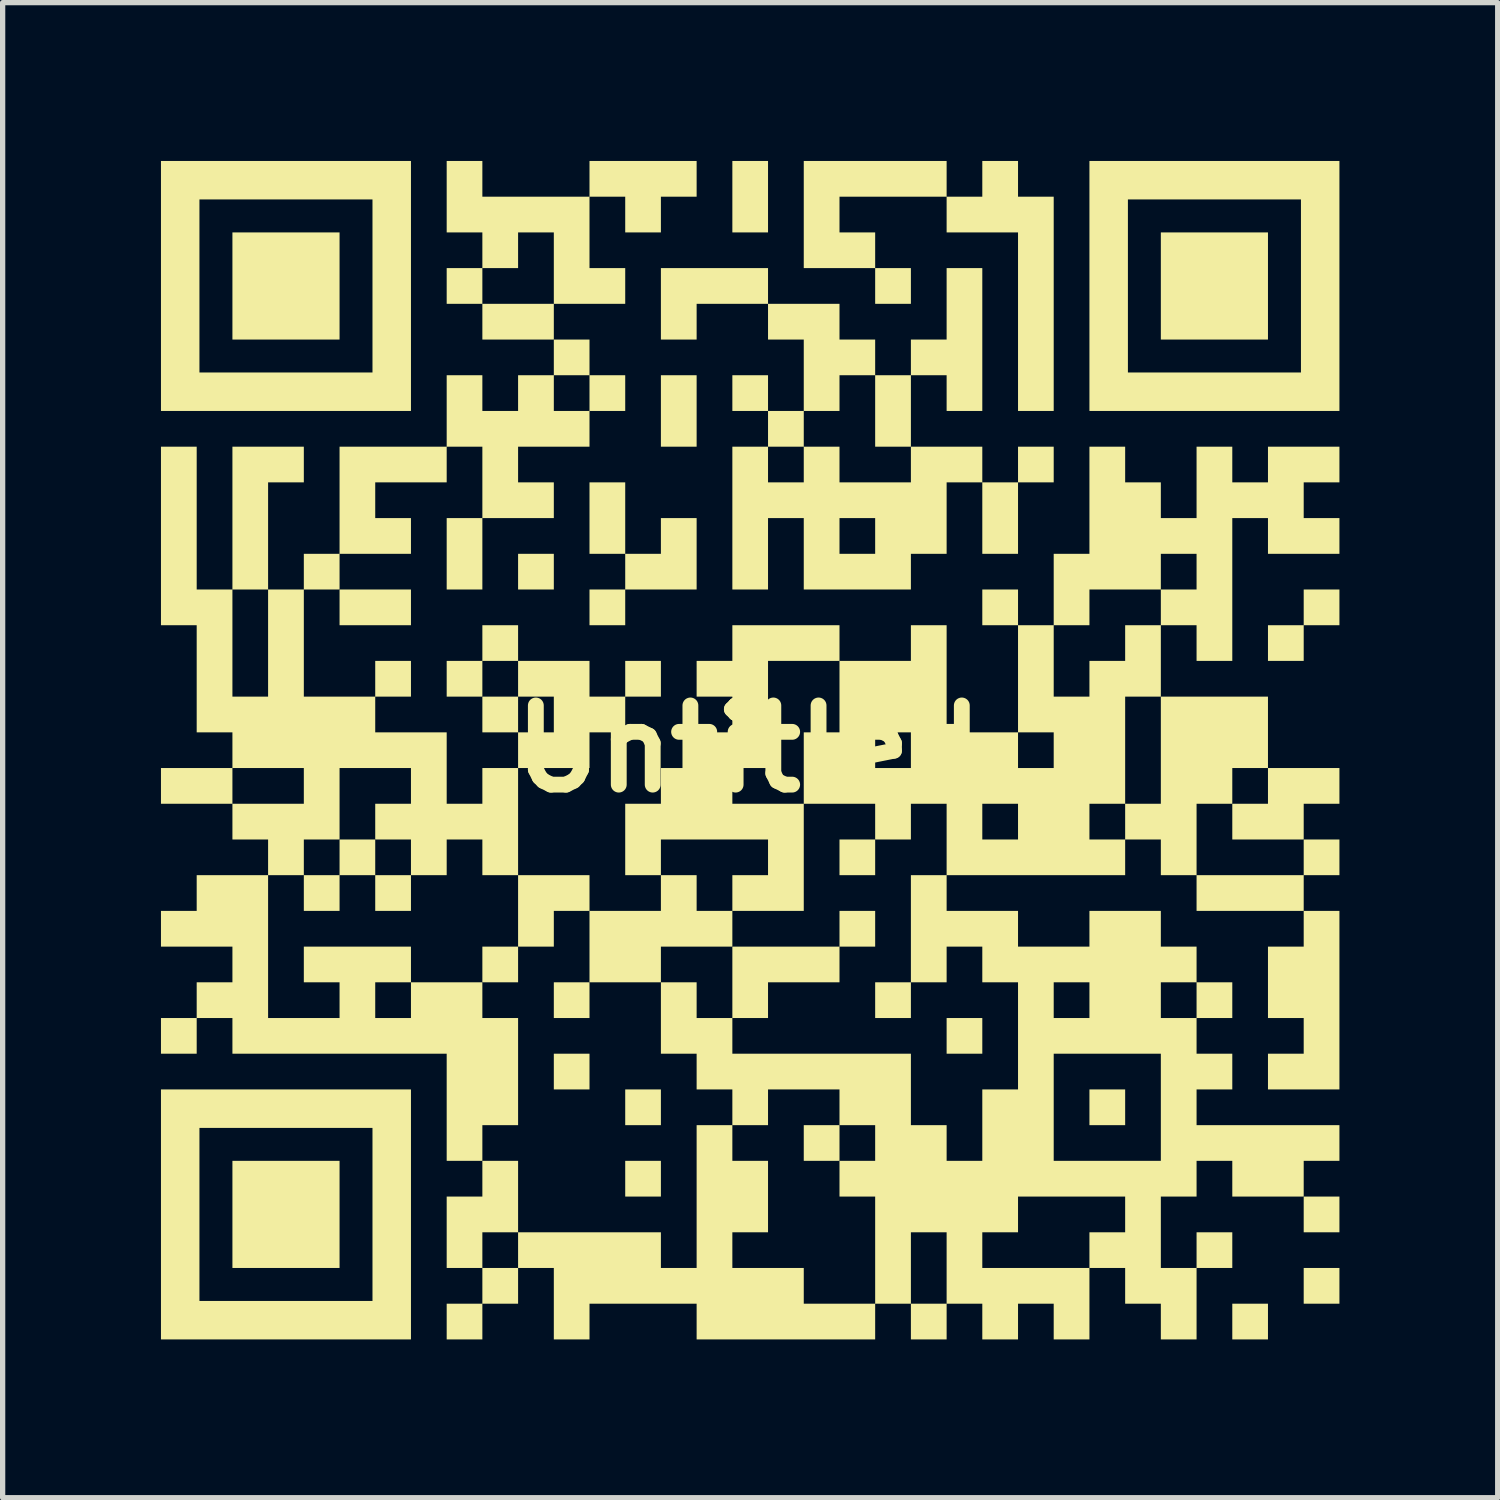
<source format=kicad_pcb>
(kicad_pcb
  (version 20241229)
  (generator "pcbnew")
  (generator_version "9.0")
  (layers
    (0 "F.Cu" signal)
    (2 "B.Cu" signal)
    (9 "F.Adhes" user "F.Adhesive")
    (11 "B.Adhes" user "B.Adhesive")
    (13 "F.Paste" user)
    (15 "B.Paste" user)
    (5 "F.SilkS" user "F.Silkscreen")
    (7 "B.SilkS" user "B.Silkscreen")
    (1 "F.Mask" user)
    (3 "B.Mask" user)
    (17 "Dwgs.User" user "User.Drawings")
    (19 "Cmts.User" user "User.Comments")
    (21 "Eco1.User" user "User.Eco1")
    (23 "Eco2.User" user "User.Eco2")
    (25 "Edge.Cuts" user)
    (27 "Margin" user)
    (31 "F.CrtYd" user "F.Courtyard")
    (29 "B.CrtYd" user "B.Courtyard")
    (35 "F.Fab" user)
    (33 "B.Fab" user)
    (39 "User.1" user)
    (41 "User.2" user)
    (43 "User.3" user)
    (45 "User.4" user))
  (footprint "Untitled"
    (layer "F.Cu")
    (at 11.139 11.139)
    (property "Reference" "Untitled" (at 0 0 0) (layer "F.SilkS") (effects (font (size 1.5 1.5) (thickness 0.3))))
    (attr board_only exclude_from_pos_files exclude_from_bom)
    (fp_poly (pts (xy -7.755 -8.77) (xy -7.755 -7.755) (xy -8.77 -7.755) (xy -9.785 -7.755) (xy -9.785 -8.77) (xy -9.785 -9.785) (xy -8.77 -9.785) (xy -7.755 -9.785)) (stroke (width 0) (type solid)) (fill yes) (layer "F.SilkS"))
    (fp_poly (pts (xy -7.755 8.822) (xy -7.755 9.837) (xy -8.77 9.837) (xy -9.785 9.837) (xy -9.785 8.822) (xy -9.785 7.807) (xy -8.77 7.807) (xy -7.755 7.807)) (stroke (width 0) (type solid)) (fill yes) (layer "F.SilkS"))
    (fp_poly (pts (xy -6.402 -2.681) (xy -6.402 -2.342) (xy -7.079 -2.342) (xy -7.755 -2.342) (xy -7.755 -2.681) (xy -7.755 -3.019) (xy -7.079 -3.019) (xy -6.402 -3.019)) (stroke (width 0) (type solid)) (fill yes) (layer "F.SilkS"))
    (fp_poly (pts (xy -6.402 2.733) (xy -6.402 3.071) (xy -6.74 3.071) (xy -7.079 3.071) (xy -7.079 2.733) (xy -7.079 2.394) (xy -6.74 2.394) (xy -6.402 2.394)) (stroke (width 0) (type solid)) (fill yes) (layer "F.SilkS"))
    (fp_poly (pts (xy -4.372 4.086) (xy -4.372 4.424) (xy -4.71 4.424) (xy -5.049 4.424) (xy -5.049 4.086) (xy -5.049 3.748) (xy -4.71 3.748) (xy -4.372 3.748)) (stroke (width 0) (type solid)) (fill yes) (layer "F.SilkS"))
    (fp_poly (pts (xy -3.695 -3.357) (xy -3.695 -3.019) (xy -4.034 -3.019) (xy -4.372 -3.019) (xy -4.372 -3.357) (xy -4.372 -3.695) (xy -4.034 -3.695) (xy -3.695 -3.695)) (stroke (width 0) (type solid)) (fill yes) (layer "F.SilkS"))
    (fp_poly (pts (xy -3.019 4.763) (xy -3.019 5.101) (xy -3.357 5.101) (xy -3.695 5.101) (xy -3.695 4.763) (xy -3.695 4.424) (xy -3.357 4.424) (xy -3.019 4.424)) (stroke (width 0) (type solid)) (fill yes) (layer "F.SilkS"))
    (fp_poly (pts (xy -3.019 6.116) (xy -3.019 6.454) (xy -3.357 6.454) (xy -3.695 6.454) (xy -3.695 6.116) (xy -3.695 5.777) (xy -3.357 5.777) (xy -3.019 5.777)) (stroke (width 0) (type solid)) (fill yes) (layer "F.SilkS"))
    (fp_poly (pts (xy -1.666 6.792) (xy -1.666 7.131) (xy -2.004 7.131) (xy -2.342 7.131) (xy -2.342 6.792) (xy -2.342 6.454) (xy -2.004 6.454) (xy -1.666 6.454)) (stroke (width 0) (type solid)) (fill yes) (layer "F.SilkS"))
    (fp_poly (pts (xy -1.666 8.146) (xy -1.666 8.484) (xy -2.004 8.484) (xy -2.342 8.484) (xy -2.342 8.146) (xy -2.342 7.807) (xy -2.004 7.807) (xy -1.666 7.807)) (stroke (width 0) (type solid)) (fill yes) (layer "F.SilkS"))
    (fp_poly (pts (xy -0.989 -6.402) (xy -0.989 -5.725) (xy -1.327 -5.725) (xy -1.666 -5.725) (xy -1.666 -6.402) (xy -1.666 -7.079) (xy -1.327 -7.079) (xy -0.989 -7.079)) (stroke (width 0) (type solid)) (fill yes) (layer "F.SilkS"))
    (fp_poly (pts (xy 0.364 -10.462) (xy 0.364 -9.785) (xy 0.026 -9.785) (xy -0.312 -9.785) (xy -0.312 -10.462) (xy -0.312 -11.139) (xy 0.026 -11.139) (xy 0.364 -11.139)) (stroke (width 0) (type solid)) (fill yes) (layer "F.SilkS"))
    (fp_poly (pts (xy 1.718 7.469) (xy 1.718 7.807) (xy 1.379 7.807) (xy 1.041 7.807) (xy 1.041 7.469) (xy 1.041 7.131) (xy 1.379 7.131) (xy 1.718 7.131)) (stroke (width 0) (type solid)) (fill yes) (layer "F.SilkS"))
    (fp_poly (pts (xy 2.394 2.056) (xy 2.394 2.394) (xy 2.056 2.394) (xy 1.718 2.394) (xy 1.718 2.056) (xy 1.718 1.718) (xy 2.056 1.718) (xy 2.394 1.718)) (stroke (width 0) (type solid)) (fill yes) (layer "F.SilkS"))
    (fp_poly (pts (xy 3.071 -8.77) (xy 3.071 -8.432) (xy 2.733 -8.432) (xy 2.394 -8.432) (xy 2.394 -8.77) (xy 2.394 -9.109) (xy 2.733 -9.109) (xy 3.071 -9.109)) (stroke (width 0) (type solid)) (fill yes) (layer "F.SilkS"))
    (fp_poly (pts (xy 3.071 4.763) (xy 3.071 5.101) (xy 2.733 5.101) (xy 2.394 5.101) (xy 2.394 4.763) (xy 2.394 4.424) (xy 2.733 4.424) (xy 3.071 4.424)) (stroke (width 0) (type solid)) (fill yes) (layer "F.SilkS"))
    (fp_poly (pts (xy 4.424 5.439) (xy 4.424 5.777) (xy 4.086 5.777) (xy 3.748 5.777) (xy 3.748 5.439) (xy 3.748 5.101) (xy 4.086 5.101) (xy 4.424 5.101)) (stroke (width 0) (type solid)) (fill yes) (layer "F.SilkS"))
    (fp_poly (pts (xy 7.131 6.792) (xy 7.131 7.131) (xy 6.792 7.131) (xy 6.454 7.131) (xy 6.454 6.792) (xy 6.454 6.454) (xy 6.792 6.454) (xy 7.131 6.454)) (stroke (width 0) (type solid)) (fill yes) (layer "F.SilkS"))
    (fp_poly (pts (xy 9.837 -8.77) (xy 9.837 -7.755) (xy 8.822 -7.755) (xy 7.807 -7.755) (xy 7.807 -8.77) (xy 7.807 -9.785) (xy 8.822 -9.785) (xy 9.837 -9.785)) (stroke (width 0) (type solid)) (fill yes) (layer "F.SilkS"))
    (fp_poly (pts (xy 9.837 10.852) (xy 9.837 11.191) (xy 9.499 11.191) (xy 9.161 11.191) (xy 9.161 10.852) (xy 9.161 10.514) (xy 9.499 10.514) (xy 9.837 10.514)) (stroke (width 0) (type solid)) (fill yes) (layer "F.SilkS"))
    (fp_poly (pts (xy 11.191 8.822) (xy 11.191 9.161) (xy 10.852 9.161) (xy 10.514 9.161) (xy 10.514 8.822) (xy 10.514 8.484) (xy 10.852 8.484) (xy 11.191 8.484)) (stroke (width 0) (type solid)) (fill yes) (layer "F.SilkS"))
    (fp_poly (pts (xy 11.191 10.176) (xy 11.191 10.514) (xy 10.852 10.514) (xy 10.514 10.514) (xy 10.514 10.176) (xy 10.514 9.837) (xy 10.852 9.837) (xy 11.191 9.837)) (stroke (width 0) (type solid)) (fill yes) (layer "F.SilkS"))
    (fp_poly (pts (xy 0.364 -8.77) (xy 0.364 -8.432) (xy -0.312 -8.432) (xy -0.989 -8.432) (xy -0.989 -8.094) (xy -0.989 -7.755) (xy -1.327 -7.755) (xy -1.666 -7.755) (xy -1.666 -8.432) (xy -1.666 -9.109) (xy -0.651 -9.109) (xy 0.364 -9.109)) (stroke (width 0) (type solid)) (fill yes) (layer "F.SilkS"))
    (fp_poly (pts (xy -7.079 2.056) (xy -7.079 2.394) (xy -7.417 2.394) (xy -7.755 2.394) (xy -7.755 2.733) (xy -7.755 3.071) (xy -8.094 3.071) (xy -8.432 3.071) (xy -8.432 2.733) (xy -8.432 2.394) (xy -8.094 2.394) (xy -7.755 2.394) (xy -7.755 2.056) (xy -7.755 1.718) (xy -7.417 1.718) (xy -7.079 1.718)) (stroke (width 0) (type solid)) (fill yes) (layer "F.SilkS"))
    (fp_poly (pts (xy 11.191 -2.681) (xy 11.191 -2.342) (xy 10.852 -2.342) (xy 10.514 -2.342) (xy 10.514 -2.004) (xy 10.514 -1.666) (xy 10.176 -1.666) (xy 9.837 -1.666) (xy 9.837 -2.004) (xy 9.837 -2.342) (xy 10.176 -2.342) (xy 10.514 -2.342) (xy 10.514 -2.681) (xy 10.514 -3.019) (xy 10.852 -3.019) (xy 11.191 -3.019)) (stroke (width 0) (type solid)) (fill yes) (layer "F.SilkS"))
    (fp_poly (pts (xy 11.191 0.703) (xy 11.191 1.041) (xy 10.852 1.041) (xy 10.514 1.041) (xy 10.514 1.379) (xy 10.514 1.718) (xy 9.837 1.718) (xy 9.161 1.718) (xy 9.161 1.379) (xy 9.161 1.041) (xy 9.499 1.041) (xy 9.837 1.041) (xy 9.837 0.703) (xy 9.837 0.364) (xy 10.514 0.364) (xy 11.191 0.364)) (stroke (width 0) (type solid)) (fill yes) (layer "F.SilkS"))
    (fp_poly (pts (xy -6.402 -8.77) (xy -6.402 -6.402) (xy -8.77 -6.402) (xy -11.139 -6.402) (xy -11.139 -8.77) (xy -11.139 -10.41) (xy -10.41 -10.41) (xy -10.41 -8.77) (xy -10.41 -7.131) (xy -8.77 -7.131) (xy -7.131 -7.131) (xy -7.131 -8.77) (xy -7.131 -10.41) (xy -8.77 -10.41) (xy -10.41 -10.41) (xy -11.139 -10.41) (xy -11.139 -11.139) (xy -8.77 -11.139) (xy -6.402 -11.139)) (stroke (width 0) (type solid)) (fill yes) (layer "F.SilkS"))
    (fp_poly (pts (xy -6.402 8.822) (xy -6.402 11.191) (xy -8.77 11.191) (xy -11.139 11.191) (xy -11.139 8.822) (xy -11.139 7.183) (xy -10.41 7.183) (xy -10.41 8.822) (xy -10.41 10.462) (xy -8.77 10.462) (xy -7.131 10.462) (xy -7.131 8.822) (xy -7.131 7.183) (xy -8.77 7.183) (xy -10.41 7.183) (xy -11.139 7.183) (xy -11.139 6.454) (xy -8.77 6.454) (xy -6.402 6.454)) (stroke (width 0) (type solid)) (fill yes) (layer "F.SilkS"))
    (fp_poly (pts (xy 11.191 -8.77) (xy 11.191 -6.402) (xy 8.822 -6.402) (xy 6.454 -6.402) (xy 6.454 -8.77) (xy 6.454 -10.41) (xy 7.183 -10.41) (xy 7.183 -8.77) (xy 7.183 -7.131) (xy 8.822 -7.131) (xy 10.462 -7.131) (xy 10.462 -8.77) (xy 10.462 -10.41) (xy 8.822 -10.41) (xy 7.183 -10.41) (xy 6.454 -10.41) (xy 6.454 -11.139) (xy 8.822 -11.139) (xy 11.191 -11.139)) (stroke (width 0) (type solid)) (fill yes) (layer "F.SilkS"))
    (fp_poly (pts (xy 2.394 3.409) (xy 2.394 3.748) (xy 2.056 3.748) (xy 1.718 3.748) (xy 1.718 4.086) (xy 1.718 4.424) (xy 1.041 4.424) (xy 0.364 4.424) (xy 0.364 4.763) (xy 0.364 5.101) (xy 0.026 5.101) (xy -0.312 5.101) (xy -0.312 4.424) (xy -0.312 3.748) (xy 0.703 3.748) (xy 1.718 3.748) (xy 1.718 3.409) (xy 1.718 3.071) (xy 2.056 3.071) (xy 2.394 3.071)) (stroke (width 0) (type solid)) (fill yes) (layer "F.SilkS"))
    (fp_poly (pts (xy 11.191 4.763) (xy 11.191 6.454) (xy 10.514 6.454) (xy 9.837 6.454) (xy 9.837 6.116) (xy 9.837 5.777) (xy 10.176 5.777) (xy 10.514 5.777) (xy 10.514 5.439) (xy 10.514 5.101) (xy 10.176 5.101) (xy 9.837 5.101) (xy 9.837 4.424) (xy 9.837 3.748) (xy 10.176 3.748) (xy 10.514 3.748) (xy 10.514 3.409) (xy 10.514 3.071) (xy 10.852 3.071) (xy 11.191 3.071)) (stroke (width 0) (type solid)) (fill yes) (layer "F.SilkS"))
    (fp_poly (pts (xy -2.342 -4.372) (xy -2.342 -3.695) (xy -2.004 -3.695) (xy -1.666 -3.695) (xy -1.666 -4.034) (xy -1.666 -4.372) (xy -1.327 -4.372) (xy -0.989 -4.372) (xy -0.989 -3.695) (xy -0.989 -3.019) (xy -1.666 -3.019) (xy -2.342 -3.019) (xy -2.342 -2.681) (xy -2.342 -2.342) (xy -2.681 -2.342) (xy -3.019 -2.342) (xy -3.019 -2.681) (xy -3.019 -3.019) (xy -2.681 -3.019) (xy -2.342 -3.019) (xy -2.342 -3.357) (xy -2.342 -3.695) (xy -2.681 -3.695) (xy -3.019 -3.695) (xy -3.019 -4.372) (xy -3.019 -5.049) (xy -2.681 -5.049) (xy -2.342 -5.049)) (stroke (width 0) (type solid)) (fill yes) (layer "F.SilkS"))
    (fp_poly (pts (xy -3.019 2.733) (xy -3.019 3.071) (xy -2.342 3.071) (xy -1.666 3.071) (xy -1.666 2.733) (xy -1.666 2.394) (xy -1.327 2.394) (xy -0.989 2.394) (xy -0.989 2.733) (xy -0.989 3.071) (xy -0.651 3.071) (xy -0.312 3.071) (xy -0.312 3.409) (xy -0.312 3.748) (xy -0.989 3.748) (xy -1.666 3.748) (xy -1.666 4.086) (xy -1.666 4.424) (xy -2.342 4.424) (xy -3.019 4.424) (xy -3.019 3.748) (xy -3.019 3.071) (xy -3.357 3.071) (xy -3.695 3.071) (xy -3.695 3.409) (xy -3.695 3.748) (xy -4.034 3.748) (xy -4.372 3.748) (xy -4.372 3.071) (xy -4.372 2.394) (xy -3.695 2.394) (xy -3.019 2.394)) (stroke (width 0) (type solid)) (fill yes) (layer "F.SilkS"))
    (fp_poly (pts (xy 3.748 -10.8) (xy 3.748 -10.462) (xy 4.086 -10.462) (xy 4.424 -10.462) (xy 4.424 -10.8) (xy 4.424 -11.139) (xy 4.763 -11.139) (xy 5.101 -11.139) (xy 5.101 -10.8) (xy 5.101 -10.462) (xy 5.439 -10.462) (xy 5.777 -10.462) (xy 5.777 -8.432) (xy 5.777 -6.402) (xy 5.439 -6.402) (xy 5.101 -6.402) (xy 5.101 -8.094) (xy 5.101 -9.785) (xy 4.424 -9.785) (xy 3.748 -9.785) (xy 3.748 -10.124) (xy 3.748 -10.462) (xy 2.733 -10.462) (xy 1.718 -10.462) (xy 1.718 -10.124) (xy 1.718 -9.785) (xy 2.056 -9.785) (xy 2.394 -9.785) (xy 2.394 -9.447) (xy 2.394 -9.109) (xy 1.718 -9.109) (xy 1.041 -9.109) (xy 1.041 -10.124) (xy 1.041 -11.139) (xy 2.394 -11.139) (xy 3.748 -11.139)) (stroke (width 0) (type solid)) (fill yes) (layer "F.SilkS"))
    (fp_poly (pts (xy -5.049 -10.8) (xy -5.049 -10.462) (xy -4.034 -10.462) (xy -3.019 -10.462) (xy -3.019 -10.8) (xy -3.019 -11.139) (xy -2.004 -11.139) (xy -0.989 -11.139) (xy -0.989 -10.8) (xy -0.989 -10.462) (xy -1.327 -10.462) (xy -1.666 -10.462) (xy -1.666 -10.124) (xy -1.666 -9.785) (xy -2.004 -9.785) (xy -2.342 -9.785) (xy -2.342 -10.124) (xy -2.342 -10.462) (xy -2.681 -10.462) (xy -3.019 -10.462) (xy -3.019 -9.785) (xy -3.019 -9.109) (xy -2.681 -9.109) (xy -2.342 -9.109) (xy -2.342 -8.77) (xy -2.342 -8.432) (xy -3.019 -8.432) (xy -3.695 -8.432) (xy -3.695 -8.094) (xy -3.695 -7.755) (xy -4.372 -7.755) (xy -5.049 -7.755) (xy -5.049 -8.094) (xy -5.049 -8.432) (xy -4.372 -8.432) (xy -3.695 -8.432) (xy -3.695 -9.109) (xy -3.695 -9.785) (xy -4.034 -9.785) (xy -4.372 -9.785) (xy -4.372 -9.447) (xy -4.372 -9.109) (xy -4.71 -9.109) (xy -5.049 -9.109) (xy -5.049 -8.77) (xy -5.049 -8.432) (xy -5.387 -8.432) (xy -5.725 -8.432) (xy -5.725 -8.77) (xy -5.725 -9.109) (xy -5.387 -9.109) (xy -5.049 -9.109) (xy -5.049 -9.447) (xy -5.049 -9.785) (xy -5.387 -9.785) (xy -5.725 -9.785) (xy -5.725 -10.462) (xy -5.725 -11.139) (xy -5.387 -11.139) (xy -5.049 -11.139)) (stroke (width 0) (type solid)) (fill yes) (layer "F.SilkS"))
    (fp_poly (pts (xy 4.424 -7.755) (xy 4.424 -6.402) (xy 4.086 -6.402) (xy 3.748 -6.402) (xy 3.748 -6.74) (xy 3.748 -7.079) (xy 3.409 -7.079) (xy 3.071 -7.079) (xy 3.071 -6.402) (xy 3.071 -5.725) (xy 2.733 -5.725) (xy 2.394 -5.725) (xy 2.394 -6.402) (xy 2.394 -7.079) (xy 2.056 -7.079) (xy 1.718 -7.079) (xy 1.718 -6.74) (xy 1.718 -6.402) (xy 1.379 -6.402) (xy 1.041 -6.402) (xy 1.041 -6.064) (xy 1.041 -5.725) (xy 0.703 -5.725) (xy 0.364 -5.725) (xy 0.364 -5.387) (xy 0.364 -5.049) (xy 0.703 -5.049) (xy 1.041 -5.049) (xy 1.041 -5.387) (xy 1.041 -5.725) (xy 1.379 -5.725) (xy 1.718 -5.725) (xy 1.718 -5.387) (xy 1.718 -5.049) (xy 2.394 -5.049) (xy 3.071 -5.049) (xy 3.071 -5.387) (xy 3.071 -5.725) (xy 3.748 -5.725) (xy 4.424 -5.725) (xy 4.424 -5.387) (xy 4.424 -5.049) (xy 4.763 -5.049) (xy 5.101 -5.049) (xy 5.101 -5.387) (xy 5.101 -5.725) (xy 5.439 -5.725) (xy 5.777 -5.725) (xy 5.777 -5.387) (xy 5.777 -5.049) (xy 5.439 -5.049) (xy 5.101 -5.049) (xy 5.101 -4.372) (xy 5.101 -3.695) (xy 4.763 -3.695) (xy 4.424 -3.695) (xy 4.424 -4.372) (xy 4.424 -5.049) (xy 4.086 -5.049) (xy 3.748 -5.049) (xy 3.748 -4.372) (xy 3.748 -3.695) (xy 3.409 -3.695) (xy 3.071 -3.695) (xy 3.071 -3.357) (xy 3.071 -3.019) (xy 2.056 -3.019) (xy 1.041 -3.019) (xy 1.041 -3.695) (xy 1.041 -4.372) (xy 1.718 -4.372) (xy 1.718 -4.034) (xy 1.718 -3.695) (xy 2.056 -3.695) (xy 2.394 -3.695) (xy 2.394 -4.034) (xy 2.394 -4.372) (xy 2.056 -4.372) (xy 1.718 -4.372) (xy 1.041 -4.372) (xy 0.703 -4.372) (xy 0.364 -4.372) (xy 0.364 -3.695) (xy 0.364 -3.019) (xy 0.026 -3.019) (xy -0.312 -3.019) (xy -0.312 -4.372) (xy -0.312 -5.725) (xy 0.026 -5.725) (xy 0.364 -5.725) (xy 0.364 -6.064) (xy 0.364 -6.402) (xy 0.026 -6.402) (xy -0.312 -6.402) (xy -0.312 -6.74) (xy -0.312 -7.079) (xy 0.026 -7.079) (xy 0.364 -7.079) (xy 0.364 -6.74) (xy 0.364 -6.402) (xy 0.703 -6.402) (xy 1.041 -6.402) (xy 1.041 -7.079) (xy 1.041 -7.755) (xy 0.703 -7.755) (xy 0.364 -7.755) (xy 0.364 -8.094) (xy 0.364 -8.432) (xy 1.041 -8.432) (xy 1.718 -8.432) (xy 1.718 -8.094) (xy 1.718 -7.755) (xy 2.056 -7.755) (xy 2.394 -7.755) (xy 2.394 -7.417) (xy 2.394 -7.079) (xy 2.733 -7.079) (xy 3.071 -7.079) (xy 3.071 -7.417) (xy 3.071 -7.755) (xy 3.409 -7.755) (xy 3.748 -7.755) (xy 3.748 -8.432) (xy 3.748 -9.109) (xy 4.086 -9.109) (xy 4.424 -9.109)) (stroke (width 0) (type solid)) (fill yes) (layer "F.SilkS"))
    (fp_poly (pts (xy -3.019 -7.417) (xy -3.019 -7.079) (xy -3.357 -7.079) (xy -3.695 -7.079) (xy -3.695 -6.74) (xy -3.695 -6.402) (xy -3.357 -6.402) (xy -3.019 -6.402) (xy -3.019 -6.74) (xy -3.019 -7.079) (xy -2.681 -7.079) (xy -2.342 -7.079) (xy -2.342 -6.74) (xy -2.342 -6.402) (xy -2.681 -6.402) (xy -3.019 -6.402) (xy -3.019 -6.064) (xy -3.019 -5.725) (xy -3.695 -5.725) (xy -4.372 -5.725) (xy -4.372 -5.387) (xy -4.372 -5.049) (xy -4.034 -5.049) (xy -3.695 -5.049) (xy -3.695 -4.71) (xy -3.695 -4.372) (xy -4.372 -4.372) (xy -5.049 -4.372) (xy -5.049 -3.695) (xy -5.049 -3.019) (xy -5.387 -3.019) (xy -5.725 -3.019) (xy -5.725 -3.695) (xy -5.725 -4.372) (xy -5.387 -4.372) (xy -5.049 -4.372) (xy -5.049 -5.049) (xy -5.049 -5.725) (xy -5.387 -5.725) (xy -5.725 -5.725) (xy -5.725 -5.387) (xy -5.725 -5.049) (xy -6.402 -5.049) (xy -7.079 -5.049) (xy -7.079 -4.71) (xy -7.079 -4.372) (xy -6.74 -4.372) (xy -6.402 -4.372) (xy -6.402 -4.034) (xy -6.402 -3.695) (xy -7.079 -3.695) (xy -7.755 -3.695) (xy -7.755 -3.357) (xy -7.755 -3.019) (xy -8.094 -3.019) (xy -8.432 -3.019) (xy -8.432 -2.004) (xy -8.432 -0.989) (xy -7.755 -0.989) (xy -7.079 -0.989) (xy -7.079 -1.327) (xy -7.079 -1.666) (xy -6.74 -1.666) (xy -6.402 -1.666) (xy -6.402 -1.327) (xy -6.402 -0.989) (xy -6.74 -0.989) (xy -7.079 -0.989) (xy -7.079 -0.651) (xy -7.079 -0.312) (xy -6.402 -0.312) (xy -5.725 -0.312) (xy -5.725 0.364) (xy -5.725 1.041) (xy -5.387 1.041) (xy -5.049 1.041) (xy -5.049 0.703) (xy -5.049 0.364) (xy -4.71 0.364) (xy -4.372 0.364) (xy -4.372 0.026) (xy -4.372 -0.312) (xy -4.71 -0.312) (xy -5.049 -0.312) (xy -5.049 -0.651) (xy -5.049 -0.989) (xy -5.387 -0.989) (xy -5.725 -0.989) (xy -5.725 -1.327) (xy -5.725 -1.666) (xy -5.387 -1.666) (xy -5.049 -1.666) (xy -5.049 -2.004) (xy -5.049 -2.342) (xy -4.71 -2.342) (xy -4.372 -2.342) (xy -4.372 -2.004) (xy -4.372 -1.666) (xy -4.71 -1.666) (xy -5.049 -1.666) (xy -5.049 -1.327) (xy -5.049 -0.989) (xy -4.71 -0.989) (xy -4.372 -0.989) (xy -4.372 -0.651) (xy -4.372 -0.312) (xy -4.034 -0.312) (xy -3.695 -0.312) (xy -3.695 -0.651) (xy -3.695 -0.989) (xy -4.034 -0.989) (xy -4.372 -0.989) (xy -4.372 -1.327) (xy -4.372 -1.666) (xy -3.695 -1.666) (xy -3.019 -1.666) (xy -3.019 -1.327) (xy -3.019 -0.989) (xy -2.681 -0.989) (xy -2.342 -0.989) (xy -2.342 -1.327) (xy -2.342 -1.666) (xy -2.004 -1.666) (xy -1.666 -1.666) (xy -1.666 -1.327) (xy -1.666 -0.989) (xy -2.004 -0.989) (xy -2.342 -0.989) (xy -2.342 -0.651) (xy -2.342 -0.312) (xy -2.681 -0.312) (xy -3.019 -0.312) (xy -3.019 0.026) (xy -3.019 0.364) (xy -3.695 0.364) (xy -4.372 0.364) (xy -4.372 1.379) (xy -4.372 2.394) (xy -4.71 2.394) (xy -5.049 2.394) (xy -5.049 2.056) (xy -5.049 1.718) (xy -5.387 1.718) (xy -5.725 1.718) (xy -5.725 2.056) (xy -5.725 2.394) (xy -6.064 2.394) (xy -6.402 2.394) (xy -6.402 2.056) (xy -6.402 1.718) (xy -6.74 1.718) (xy -7.079 1.718) (xy -7.079 1.379) (xy -7.079 1.041) (xy -6.74 1.041) (xy -6.402 1.041) (xy -6.402 0.703) (xy -6.402 0.364) (xy -7.079 0.364) (xy -7.755 0.364) (xy -7.755 1.041) (xy -7.755 1.718) (xy -8.094 1.718) (xy -8.432 1.718) (xy -8.432 2.056) (xy -8.432 2.394) (xy -8.77 2.394) (xy -9.109 2.394) (xy -9.109 3.748) (xy -9.109 5.101) (xy -8.432 5.101) (xy -7.755 5.101) (xy -7.755 4.763) (xy -7.755 4.424) (xy -8.094 4.424) (xy -8.432 4.424) (xy -8.432 4.086) (xy -8.432 3.748) (xy -7.417 3.748) (xy -6.402 3.748) (xy -6.402 4.086) (xy -6.402 4.424) (xy -6.74 4.424) (xy -7.079 4.424) (xy -7.079 4.763) (xy -7.079 5.101) (xy -6.74 5.101) (xy -6.402 5.101) (xy -6.402 4.763) (xy -6.402 4.424) (xy -5.725 4.424) (xy -5.049 4.424) (xy -5.049 4.763) (xy -5.049 5.101) (xy -4.71 5.101) (xy -4.372 5.101) (xy -4.372 6.116) (xy -4.372 7.131) (xy -4.71 7.131) (xy -5.049 7.131) (xy -5.049 7.469) (xy -5.049 7.807) (xy -5.387 7.807) (xy -5.725 7.807) (xy -5.725 6.792) (xy -5.725 5.777) (xy -7.755 5.777) (xy -9.785 5.777) (xy -9.785 5.439) (xy -9.785 5.101) (xy -10.124 5.101) (xy -10.462 5.101) (xy -10.462 5.439) (xy -10.462 5.777) (xy -10.8 5.777) (xy -11.139 5.777) (xy -11.139 5.439) (xy -11.139 5.101) (xy -10.8 5.101) (xy -10.462 5.101) (xy -10.462 4.763) (xy -10.462 4.424) (xy -10.124 4.424) (xy -9.785 4.424) (xy -9.785 4.086) (xy -9.785 3.748) (xy -10.462 3.748) (xy -11.139 3.748) (xy -11.139 3.409) (xy -11.139 3.071) (xy -10.8 3.071) (xy -10.462 3.071) (xy -10.462 2.733) (xy -10.462 2.394) (xy -9.785 2.394) (xy -9.109 2.394) (xy -9.109 2.056) (xy -9.109 1.718) (xy -9.447 1.718) (xy -9.785 1.718) (xy -9.785 1.379) (xy -9.785 1.041) (xy -10.462 1.041) (xy -11.139 1.041) (xy -11.139 0.703) (xy -11.139 0.364) (xy -10.462 0.364) (xy -9.785 0.364) (xy -9.785 0.703) (xy -9.785 1.041) (xy -9.109 1.041) (xy -8.432 1.041) (xy -8.432 0.703) (xy -8.432 0.364) (xy -9.109 0.364) (xy -9.785 0.364) (xy -9.785 0.026) (xy -9.785 -0.312) (xy -10.124 -0.312) (xy -10.462 -0.312) (xy -10.462 -1.327) (xy -10.462 -2.342) (xy -10.8 -2.342) (xy -11.139 -2.342) (xy -11.139 -4.034) (xy -11.139 -5.725) (xy -10.8 -5.725) (xy -10.462 -5.725) (xy -10.462 -4.372) (xy -10.462 -3.019) (xy -10.124 -3.019) (xy -9.785 -3.019) (xy -9.785 -2.004) (xy -9.785 -0.989) (xy -9.447 -0.989) (xy -9.109 -0.989) (xy -9.109 -2.004) (xy -9.109 -3.019) (xy -9.447 -3.019) (xy -9.785 -3.019) (xy -9.785 -4.372) (xy -9.785 -5.725) (xy -9.109 -5.725) (xy -8.432 -5.725) (xy -8.432 -5.387) (xy -8.432 -5.049) (xy -8.77 -5.049) (xy -9.109 -5.049) (xy -9.109 -4.034) (xy -9.109 -3.019) (xy -8.77 -3.019) (xy -8.432 -3.019) (xy -8.432 -3.357) (xy -8.432 -3.695) (xy -8.094 -3.695) (xy -7.755 -3.695) (xy -7.755 -4.71) (xy -7.755 -5.725) (xy -6.74 -5.725) (xy -5.725 -5.725) (xy -5.725 -6.402) (xy -5.725 -7.079) (xy -5.387 -7.079) (xy -5.049 -7.079) (xy -5.049 -6.74) (xy -5.049 -6.402) (xy -4.71 -6.402) (xy -4.372 -6.402) (xy -4.372 -6.74) (xy -4.372 -7.079) (xy -4.034 -7.079) (xy -3.695 -7.079) (xy -3.695 -7.417) (xy -3.695 -7.755) (xy -3.357 -7.755) (xy -3.019 -7.755)) (stroke (width 0) (type solid)) (fill yes) (layer "F.SilkS"))
    (fp_poly (pts (xy 7.131 -5.387) (xy 7.131 -5.049) (xy 7.469 -5.049) (xy 7.807 -5.049) (xy 7.807 -4.71) (xy 7.807 -4.372) (xy 8.146 -4.372) (xy 8.484 -4.372) (xy 8.484 -5.049) (xy 8.484 -5.725) (xy 8.822 -5.725) (xy 9.161 -5.725) (xy 9.161 -5.387) (xy 9.161 -5.049) (xy 9.499 -5.049) (xy 9.837 -5.049) (xy 9.837 -5.387) (xy 9.837 -5.725) (xy 10.514 -5.725) (xy 11.191 -5.725) (xy 11.191 -5.387) (xy 11.191 -5.049) (xy 10.852 -5.049) (xy 10.514 -5.049) (xy 10.514 -4.71) (xy 10.514 -4.372) (xy 10.852 -4.372) (xy 11.191 -4.372) (xy 11.191 -4.034) (xy 11.191 -3.695) (xy 10.514 -3.695) (xy 9.837 -3.695) (xy 9.837 -4.034) (xy 9.837 -4.372) (xy 9.499 -4.372) (xy 9.161 -4.372) (xy 9.161 -3.019) (xy 9.161 -1.666) (xy 8.822 -1.666) (xy 8.484 -1.666) (xy 8.484 -2.004) (xy 8.484 -2.342) (xy 8.146 -2.342) (xy 7.807 -2.342) (xy 7.807 -1.666) (xy 7.807 -0.989) (xy 7.469 -0.989) (xy 7.131 -0.989) (xy 7.131 0.026) (xy 7.131 1.041) (xy 6.792 1.041) (xy 6.454 1.041) (xy 6.454 1.379) (xy 6.454 1.718) (xy 6.792 1.718) (xy 7.131 1.718) (xy 7.131 1.379) (xy 7.131 1.041) (xy 7.469 1.041) (xy 7.807 1.041) (xy 7.807 0.026) (xy 7.807 -0.989) (xy 8.822 -0.989) (xy 9.837 -0.989) (xy 9.837 -0.312) (xy 9.837 0.364) (xy 9.499 0.364) (xy 9.161 0.364) (xy 9.161 0.703) (xy 9.161 1.041) (xy 8.822 1.041) (xy 8.484 1.041) (xy 8.484 1.718) (xy 8.484 2.394) (xy 9.499 2.394) (xy 10.514 2.394) (xy 10.514 2.056) (xy 10.514 1.718) (xy 10.852 1.718) (xy 11.191 1.718) (xy 11.191 2.056) (xy 11.191 2.394) (xy 10.852 2.394) (xy 10.514 2.394) (xy 10.514 2.733) (xy 10.514 3.071) (xy 9.499 3.071) (xy 8.484 3.071) (xy 8.484 2.733) (xy 8.484 2.394) (xy 8.146 2.394) (xy 7.807 2.394) (xy 7.807 2.056) (xy 7.807 1.718) (xy 7.469 1.718) (xy 7.131 1.718) (xy 7.131 2.056) (xy 7.131 2.394) (xy 5.439 2.394) (xy 3.748 2.394) (xy 3.748 2.733) (xy 3.748 3.071) (xy 4.424 3.071) (xy 5.101 3.071) (xy 5.101 3.409) (xy 5.101 3.748) (xy 5.777 3.748) (xy 6.454 3.748) (xy 6.454 3.409) (xy 6.454 3.071) (xy 7.131 3.071) (xy 7.807 3.071) (xy 7.807 3.409) (xy 7.807 3.748) (xy 8.146 3.748) (xy 8.484 3.748) (xy 8.484 4.086) (xy 8.484 4.424) (xy 8.146 4.424) (xy 7.807 4.424) (xy 7.807 4.763) (xy 7.807 5.101) (xy 8.146 5.101) (xy 8.484 5.101) (xy 8.484 4.763) (xy 8.484 4.424) (xy 8.822 4.424) (xy 9.161 4.424) (xy 9.161 4.763) (xy 9.161 5.101) (xy 8.822 5.101) (xy 8.484 5.101) (xy 8.484 5.439) (xy 8.484 5.777) (xy 8.822 5.777) (xy 9.161 5.777) (xy 9.161 6.116) (xy 9.161 6.454) (xy 8.822 6.454) (xy 8.484 6.454) (xy 8.484 6.792) (xy 8.484 7.131) (xy 9.837 7.131) (xy 11.191 7.131) (xy 11.191 7.469) (xy 11.191 7.807) (xy 10.852 7.807) (xy 10.514 7.807) (xy 10.514 8.146) (xy 10.514 8.484) (xy 9.837 8.484) (xy 9.161 8.484) (xy 9.161 8.146) (xy 9.161 7.807) (xy 8.822 7.807) (xy 8.484 7.807) (xy 8.484 8.146) (xy 8.484 8.484) (xy 8.146 8.484) (xy 7.807 8.484) (xy 7.807 9.161) (xy 7.807 9.837) (xy 8.146 9.837) (xy 8.484 9.837) (xy 8.484 9.499) (xy 8.484 9.161) (xy 8.822 9.161) (xy 9.161 9.161) (xy 9.161 9.499) (xy 9.161 9.837) (xy 8.822 9.837) (xy 8.484 9.837) (xy 8.484 10.514) (xy 8.484 11.191) (xy 8.146 11.191) (xy 7.807 11.191) (xy 7.807 10.852) (xy 7.807 10.514) (xy 7.469 10.514) (xy 7.131 10.514) (xy 7.131 10.176) (xy 7.131 9.837) (xy 6.792 9.837) (xy 6.454 9.837) (xy 6.454 10.514) (xy 6.454 11.191) (xy 6.116 11.191) (xy 5.777 11.191) (xy 5.777 10.852) (xy 5.777 10.514) (xy 5.439 10.514) (xy 5.101 10.514) (xy 5.101 10.852) (xy 5.101 11.191) (xy 4.763 11.191) (xy 4.424 11.191) (xy 4.424 10.852) (xy 4.424 10.514) (xy 4.086 10.514) (xy 3.748 10.514) (xy 3.748 10.852) (xy 3.748 11.191) (xy 3.409 11.191) (xy 3.071 11.191) (xy 3.071 10.852) (xy 3.071 10.514) (xy 2.733 10.514) (xy 2.394 10.514) (xy 2.394 10.852) (xy 2.394 11.191) (xy 0.703 11.191) (xy -0.989 11.191) (xy -0.989 10.852) (xy -0.989 10.514) (xy -2.004 10.514) (xy -3.019 10.514) (xy -3.019 10.852) (xy -3.019 11.191) (xy -3.357 11.191) (xy -3.695 11.191) (xy -3.695 10.514) (xy -3.695 9.837) (xy -4.034 9.837) (xy -4.372 9.837) (xy -4.372 10.176) (xy -4.372 10.514) (xy -4.71 10.514) (xy -5.049 10.514) (xy -5.049 10.852) (xy -5.049 11.191) (xy -5.387 11.191) (xy -5.725 11.191) (xy -5.725 10.852) (xy -5.725 10.514) (xy -5.387 10.514) (xy -5.049 10.514) (xy -5.049 10.176) (xy -5.049 9.837) (xy -5.387 9.837) (xy -5.725 9.837) (xy -5.725 9.161) (xy -5.725 8.484) (xy -5.387 8.484) (xy -5.049 8.484) (xy -5.049 8.146) (xy -5.049 7.807) (xy -4.71 7.807) (xy -4.372 7.807) (xy -4.372 8.484) (xy -4.372 9.161) (xy -4.71 9.161) (xy -5.049 9.161) (xy -5.049 9.499) (xy -5.049 9.837) (xy -4.71 9.837) (xy -4.372 9.837) (xy -4.372 9.499) (xy -4.372 9.161) (xy -3.019 9.161) (xy -1.666 9.161) (xy -1.666 9.499) (xy -1.666 9.837) (xy -1.327 9.837) (xy -0.989 9.837) (xy -0.989 8.484) (xy -0.989 7.131) (xy -0.651 7.131) (xy -0.312 7.131) (xy -0.312 7.469) (xy -0.312 7.807) (xy 0.026 7.807) (xy 0.364 7.807) (xy 0.364 8.484) (xy 0.364 9.161) (xy 0.026 9.161) (xy -0.312 9.161) (xy -0.312 9.499) (xy -0.312 9.837) (xy 0.364 9.837) (xy 1.041 9.837) (xy 1.041 10.176) (xy 1.041 10.514) (xy 1.718 10.514) (xy 2.394 10.514) (xy 2.394 9.499) (xy 2.394 9.161) (xy 3.071 9.161) (xy 3.071 9.837) (xy 3.071 10.514) (xy 3.409 10.514) (xy 3.748 10.514) (xy 3.748 9.837) (xy 4.424 9.837) (xy 5.439 9.837) (xy 6.454 9.837) (xy 6.454 9.499) (xy 6.454 9.161) (xy 6.792 9.161) (xy 7.131 9.161) (xy 7.131 8.822) (xy 7.131 8.484) (xy 6.116 8.484) (xy 5.101 8.484) (xy 5.101 8.822) (xy 5.101 9.161) (xy 4.763 9.161) (xy 4.424 9.161) (xy 4.424 9.499) (xy 4.424 9.837) (xy 3.748 9.837) (xy 3.748 9.161) (xy 3.409 9.161) (xy 3.071 9.161) (xy 2.394 9.161) (xy 2.394 8.484) (xy 2.056 8.484) (xy 1.718 8.484) (xy 1.718 8.146) (xy 1.718 7.807) (xy 2.056 7.807) (xy 2.394 7.807) (xy 2.394 7.469) (xy 2.394 7.131) (xy 2.056 7.131) (xy 1.718 7.131) (xy 1.718 6.792) (xy 1.718 6.454) (xy 1.041 6.454) (xy 0.364 6.454) (xy 0.364 6.792) (xy 0.364 7.131) (xy 0.026 7.131) (xy -0.312 7.131) (xy -0.312 6.792) (xy -0.312 6.454) (xy -0.651 6.454) (xy -0.989 6.454) (xy -0.989 6.116) (xy -0.989 5.777) (xy -1.327 5.777) (xy -1.666 5.777) (xy -1.666 5.101) (xy -1.666 4.424) (xy -1.327 4.424) (xy -0.989 4.424) (xy -0.989 4.763) (xy -0.989 5.101) (xy -0.651 5.101) (xy -0.312 5.101) (xy -0.312 5.439) (xy -0.312 5.777) (xy 1.379 5.777) (xy 3.071 5.777) (xy 3.071 6.454) (xy 3.071 7.131) (xy 3.409 7.131) (xy 3.748 7.131) (xy 3.748 7.469) (xy 3.748 7.807) (xy 4.086 7.807) (xy 4.424 7.807) (xy 4.424 7.131) (xy 4.424 6.454) (xy 4.763 6.454) (xy 5.101 6.454) (xy 5.101 5.777) (xy 5.777 5.777) (xy 5.777 6.792) (xy 5.777 7.807) (xy 6.792 7.807) (xy 7.807 7.807) (xy 7.807 6.792) (xy 7.807 5.777) (xy 6.792 5.777) (xy 5.777 5.777) (xy 5.101 5.777) (xy 5.101 5.439) (xy 5.101 4.424) (xy 5.777 4.424) (xy 5.777 4.763) (xy 5.777 5.101) (xy 6.116 5.101) (xy 6.454 5.101) (xy 6.454 4.763) (xy 6.454 4.424) (xy 6.116 4.424) (xy 5.777 4.424) (xy 5.101 4.424) (xy 4.763 4.424) (xy 4.424 4.424) (xy 4.424 4.086) (xy 4.424 3.748) (xy 4.086 3.748) (xy 3.748 3.748) (xy 3.748 4.086) (xy 3.748 4.424) (xy 3.409 4.424) (xy 3.071 4.424) (xy 3.071 3.409) (xy 3.071 2.394) (xy 3.409 2.394) (xy 3.748 2.394) (xy 3.748 1.718) (xy 3.748 1.041) (xy 4.424 1.041) (xy 4.424 1.379) (xy 4.424 1.718) (xy 4.763 1.718) (xy 5.101 1.718) (xy 5.101 1.379) (xy 5.101 1.041) (xy 4.763 1.041) (xy 4.424 1.041) (xy 3.748 1.041) (xy 3.409 1.041) (xy 3.071 1.041) (xy 3.071 1.379) (xy 3.071 1.718) (xy 2.733 1.718) (xy 2.394 1.718) (xy 2.394 1.379) (xy 2.394 1.041) (xy 1.718 1.041) (xy 1.041 1.041) (xy 1.041 2.056) (xy 1.041 3.071) (xy 0.364 3.071) (xy -0.312 3.071) (xy -0.312 2.733) (xy -0.312 2.394) (xy 0.026 2.394) (xy 0.364 2.394) (xy 0.364 2.056) (xy 0.364 1.718) (xy -0.651 1.718) (xy -1.666 1.718) (xy -1.666 2.056) (xy -1.666 2.394) (xy -2.004 2.394) (xy -2.342 2.394) (xy -2.342 1.718) (xy -2.342 1.041) (xy -2.004 1.041) (xy -1.666 1.041) (xy -0.312 1.041) (xy 0.364 1.041) (xy 1.041 1.041) (xy 1.041 0.364) (xy 1.041 -0.312) (xy 1.379 -0.312) (xy 1.718 -0.312) (xy 2.394 -0.312) (xy 2.394 0.026) (xy 2.394 0.364) (xy 2.733 0.364) (xy 3.071 0.364) (xy 3.071 0.026) (xy 3.071 -0.312) (xy 2.733 -0.312) (xy 2.394 -0.312) (xy 1.718 -0.312) (xy 1.718 -0.989) (xy 1.718 -1.666) (xy 1.041 -1.666) (xy 0.364 -1.666) (xy 0.364 -0.651) (xy 0.364 0.364) (xy 0.026 0.364) (xy -0.312 0.364) (xy -0.312 0.703) (xy -0.312 1.041) (xy -1.666 1.041) (xy -1.666 0.703) (xy -1.666 0.364) (xy -1.327 0.364) (xy -0.989 0.364) (xy -0.989 0.026) (xy -0.989 -0.312) (xy -0.651 -0.312) (xy -0.312 -0.312) (xy -0.312 -0.651) (xy -0.312 -0.989) (xy -0.651 -0.989) (xy -0.989 -0.989) (xy -0.989 -1.327) (xy -0.989 -1.666) (xy -0.651 -1.666) (xy -0.312 -1.666) (xy -0.312 -2.004) (xy -0.312 -2.342) (xy 0.703 -2.342) (xy 1.718 -2.342) (xy 1.718 -2.004) (xy 1.718 -1.666) (xy 2.394 -1.666) (xy 3.071 -1.666) (xy 3.071 -2.004) (xy 3.071 -2.342) (xy 3.409 -2.342) (xy 3.748 -2.342) (xy 3.748 -1.327) (xy 3.748 -0.312) (xy 4.424 -0.312) (xy 5.101 -0.312) (xy 5.101 0.026) (xy 5.101 0.364) (xy 5.439 0.364) (xy 5.777 0.364) (xy 5.777 0.026) (xy 5.777 -0.312) (xy 5.439 -0.312) (xy 5.101 -0.312) (xy 5.101 -0.989) (xy 5.777 -0.989) (xy 6.116 -0.989) (xy 6.454 -0.989) (xy 6.454 -1.327) (xy 6.454 -1.666) (xy 6.792 -1.666) (xy 7.131 -1.666) (xy 7.131 -2.004) (xy 7.131 -2.342) (xy 7.469 -2.342) (xy 7.807 -2.342) (xy 7.807 -2.681) (xy 7.807 -3.019) (xy 8.146 -3.019) (xy 8.484 -3.019) (xy 8.484 -3.357) (xy 8.484 -3.695) (xy 8.146 -3.695) (xy 7.807 -3.695) (xy 7.807 -3.357) (xy 7.807 -3.019) (xy 7.131 -3.019) (xy 6.454 -3.019) (xy 6.454 -2.681) (xy 6.454 -2.342) (xy 6.116 -2.342) (xy 5.777 -2.342) (xy 5.777 -1.666) (xy 5.777 -0.989) (xy 5.101 -0.989) (xy 5.101 -1.327) (xy 5.101 -2.342) (xy 4.763 -2.342) (xy 4.424 -2.342) (xy 4.424 -2.681) (xy 4.424 -3.019) (xy 4.763 -3.019) (xy 5.101 -3.019) (xy 5.101 -2.681) (xy 5.101 -2.342) (xy 5.439 -2.342) (xy 5.777 -2.342) (xy 5.777 -3.019) (xy 5.777 -3.695) (xy 6.116 -3.695) (xy 6.454 -3.695) (xy 6.454 -4.71) (xy 6.454 -5.725) (xy 6.792 -5.725) (xy 7.131 -5.725)) (stroke (width 0) (type solid)) (fill yes) (layer "F.SilkS")))
  (gr_rect
    (start -3 -3)
    (end 25.329 25.329)
    (stroke (width 0.1) (type default))
    (fill no)
    (layer "Edge.Cuts")))
</source>
